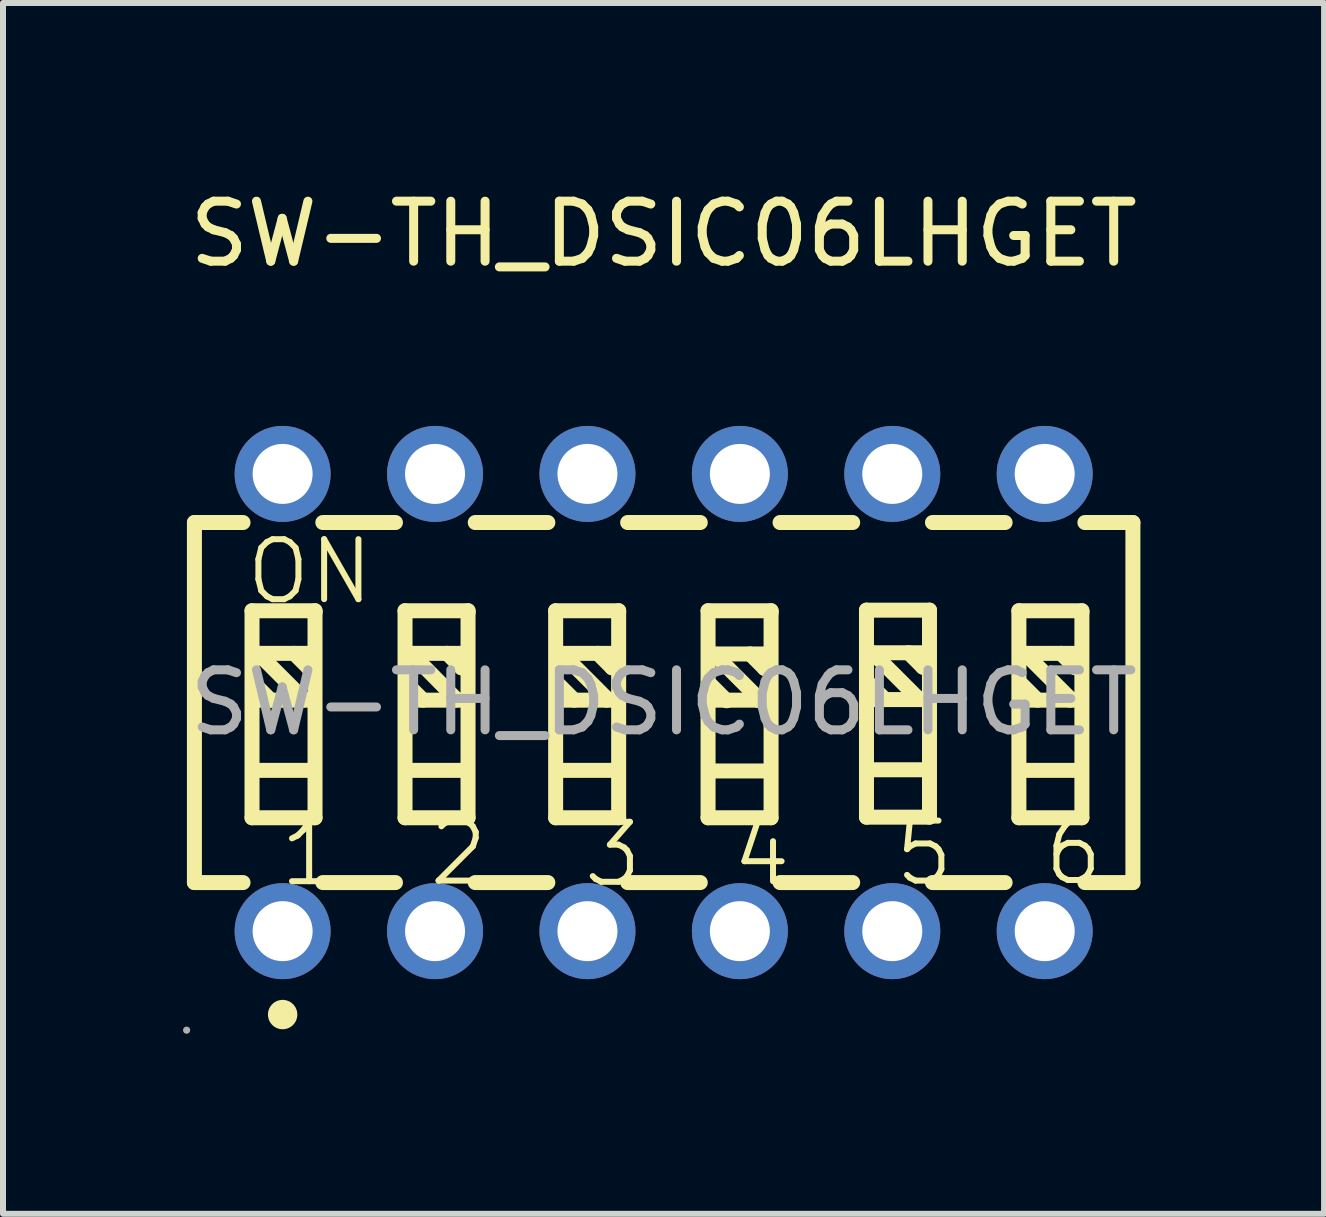
<source format=kicad_pcb>
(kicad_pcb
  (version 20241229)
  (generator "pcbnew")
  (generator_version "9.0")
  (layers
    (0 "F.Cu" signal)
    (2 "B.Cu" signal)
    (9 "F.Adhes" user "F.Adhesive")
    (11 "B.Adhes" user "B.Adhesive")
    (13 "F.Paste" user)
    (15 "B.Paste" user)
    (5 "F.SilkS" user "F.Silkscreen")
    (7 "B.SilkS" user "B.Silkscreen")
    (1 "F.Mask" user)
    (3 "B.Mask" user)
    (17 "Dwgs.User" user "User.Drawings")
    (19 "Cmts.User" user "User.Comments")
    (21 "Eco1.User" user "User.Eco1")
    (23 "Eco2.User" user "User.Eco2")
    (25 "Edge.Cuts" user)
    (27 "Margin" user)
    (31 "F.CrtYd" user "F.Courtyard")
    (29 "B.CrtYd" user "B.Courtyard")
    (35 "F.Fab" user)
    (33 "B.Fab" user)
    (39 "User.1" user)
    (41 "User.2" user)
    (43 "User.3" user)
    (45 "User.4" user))
  (footprint "SW-TH_DSIC06LHGET"
    (layer "F.Cu")
    (at 8.01 8.658)
    (property "Reference" "SW-TH_DSIC06LHGET" (at 0 -7.81 0) (layer "F.SilkS") (effects (font (size 1 1) (thickness 0.15))))
    (attr through_hole)
    (fp_line (start -7.82 -3) (end -7.01 -3) (stroke (width 0.25) (type solid)) (layer "F.SilkS"))
    (fp_line (start -7.82 3) (end -7.82 -3) (stroke (width 0.25) (type solid)) (layer "F.SilkS"))
    (fp_line (start -7.82 3) (end -7.01 3) (stroke (width 0.25) (type solid)) (layer "F.SilkS"))
    (fp_line (start -6.86 -1.53) (end -6.86 1.92) (stroke (width 0.25) (type solid)) (layer "F.SilkS"))
    (fp_line (start -6.86 1.92) (end -5.81 1.92) (stroke (width 0.25) (type solid)) (layer "F.SilkS"))
    (fp_line (start -6.76 -0.82) (end -6.01 -0.07) (stroke (width 0.25) (type solid)) (layer "F.SilkS"))
    (fp_line (start -6.75 -0.04) (end -5.88 -0.04) (stroke (width 0.25) (type solid)) (layer "F.SilkS"))
    (fp_line (start -6.73 -0.82) (end -5.86 -0.82) (stroke (width 0.25) (type solid)) (layer "F.SilkS"))
    (fp_line (start -6.73 1.13) (end -5.86 1.13) (stroke (width 0.25) (type solid)) (layer "F.SilkS"))
    (fp_line (start -6.55 -0.04) (end -6.82 -0.31) (stroke (width 0.25) (type solid)) (layer "F.SilkS"))
    (fp_line (start -6.16 -0.82) (end -5.92 -0.58) (stroke (width 0.25) (type solid)) (layer "F.SilkS"))
    (fp_line (start -6.01 -0.07) (end -6.01 -0.04) (stroke (width 0.25) (type solid)) (layer "F.SilkS"))
    (fp_line (start -5.92 -0.58) (end -5.89 -0.58) (stroke (width 0.25) (type solid)) (layer "F.SilkS"))
    (fp_line (start -5.81 -1.53) (end -6.86 -1.53) (stroke (width 0.25) (type solid)) (layer "F.SilkS"))
    (fp_line (start -5.81 -1.5) (end -5.81 -1.53) (stroke (width 0.25) (type solid)) (layer "F.SilkS"))
    (fp_line (start -5.81 1.92) (end -5.81 -1.5) (stroke (width 0.25) (type solid)) (layer "F.SilkS"))
    (fp_line (start -5.68 -3) (end -4.47 -3) (stroke (width 0.25) (type solid)) (layer "F.SilkS"))
    (fp_line (start -5.68 3) (end -4.47 3) (stroke (width 0.25) (type solid)) (layer "F.SilkS"))
    (fp_line (start -4.31 -1.53) (end -4.31 1.92) (stroke (width 0.25) (type solid)) (layer "F.SilkS"))
    (fp_line (start -4.31 1.92) (end -3.26 1.92) (stroke (width 0.25) (type solid)) (layer "F.SilkS"))
    (fp_line (start -4.21 -0.82) (end -3.47 -0.07) (stroke (width 0.25) (type solid)) (layer "F.SilkS"))
    (fp_line (start -4.21 -0.04) (end -3.34 -0.04) (stroke (width 0.25) (type solid)) (layer "F.SilkS"))
    (fp_line (start -4.18 -0.82) (end -3.32 -0.82) (stroke (width 0.25) (type solid)) (layer "F.SilkS"))
    (fp_line (start -4.18 1.13) (end -3.32 1.13) (stroke (width 0.25) (type solid)) (layer "F.SilkS"))
    (fp_line (start -4.01 -0.04) (end -4.28 -0.31) (stroke (width 0.25) (type solid)) (layer "F.SilkS"))
    (fp_line (start -3.61 -0.82) (end -3.37 -0.58) (stroke (width 0.25) (type solid)) (layer "F.SilkS"))
    (fp_line (start -3.47 -0.07) (end -3.47 -0.04) (stroke (width 0.25) (type solid)) (layer "F.SilkS"))
    (fp_line (start -3.37 -0.58) (end -3.34 -0.58) (stroke (width 0.25) (type solid)) (layer "F.SilkS"))
    (fp_line (start -3.26 -1.53) (end -4.31 -1.53) (stroke (width 0.25) (type solid)) (layer "F.SilkS"))
    (fp_line (start -3.26 -1.5) (end -3.26 -1.53) (stroke (width 0.25) (type solid)) (layer "F.SilkS"))
    (fp_line (start -3.26 1.92) (end -3.26 -1.5) (stroke (width 0.25) (type solid)) (layer "F.SilkS"))
    (fp_line (start -3.14 -3) (end -1.93 -3) (stroke (width 0.25) (type solid)) (layer "F.SilkS"))
    (fp_line (start -3.14 3) (end -1.93 3) (stroke (width 0.25) (type solid)) (layer "F.SilkS"))
    (fp_line (start -1.8 -1.53) (end -1.8 1.92) (stroke (width 0.25) (type solid)) (layer "F.SilkS"))
    (fp_line (start -1.8 1.92) (end -0.75 1.92) (stroke (width 0.25) (type solid)) (layer "F.SilkS"))
    (fp_line (start -1.7 -0.82) (end -0.95 -0.07) (stroke (width 0.25) (type solid)) (layer "F.SilkS"))
    (fp_line (start -1.7 -0.04) (end -0.83 -0.04) (stroke (width 0.25) (type solid)) (layer "F.SilkS"))
    (fp_line (start -1.67 -0.82) (end -0.8 -0.82) (stroke (width 0.25) (type solid)) (layer "F.SilkS"))
    (fp_line (start -1.67 1.13) (end -0.8 1.13) (stroke (width 0.25) (type solid)) (layer "F.SilkS"))
    (fp_line (start -1.49 -0.04) (end -1.76 -0.31) (stroke (width 0.25) (type solid)) (layer "F.SilkS"))
    (fp_line (start -1.1 -0.82) (end -0.86 -0.58) (stroke (width 0.25) (type solid)) (layer "F.SilkS"))
    (fp_line (start -0.95 -0.07) (end -0.95 -0.04) (stroke (width 0.25) (type solid)) (layer "F.SilkS"))
    (fp_line (start -0.86 -0.58) (end -0.83 -0.58) (stroke (width 0.25) (type solid)) (layer "F.SilkS"))
    (fp_line (start -0.75 -1.53) (end -1.8 -1.53) (stroke (width 0.25) (type solid)) (layer "F.SilkS"))
    (fp_line (start -0.75 -1.5) (end -0.75 -1.53) (stroke (width 0.25) (type solid)) (layer "F.SilkS"))
    (fp_line (start -0.75 1.92) (end -0.75 -1.5) (stroke (width 0.25) (type solid)) (layer "F.SilkS"))
    (fp_line (start -0.6 -3) (end 0.61 -3) (stroke (width 0.25) (type solid)) (layer "F.SilkS"))
    (fp_line (start -0.6 3) (end 0.61 3) (stroke (width 0.25) (type solid)) (layer "F.SilkS"))
    (fp_line (start 0.74 -1.53) (end 0.74 1.92) (stroke (width 0.25) (type solid)) (layer "F.SilkS"))
    (fp_line (start 0.74 1.92) (end 1.79 1.92) (stroke (width 0.25) (type solid)) (layer "F.SilkS"))
    (fp_line (start 0.84 -0.81) (end 1.59 -0.06) (stroke (width 0.25) (type solid)) (layer "F.SilkS"))
    (fp_line (start 0.85 -0.04) (end 1.72 -0.04) (stroke (width 0.25) (type solid)) (layer "F.SilkS"))
    (fp_line (start 0.87 -0.81) (end 1.74 -0.81) (stroke (width 0.25) (type solid)) (layer "F.SilkS"))
    (fp_line (start 0.87 1.14) (end 1.74 1.14) (stroke (width 0.25) (type solid)) (layer "F.SilkS"))
    (fp_line (start 1.05 -0.03) (end 0.78 -0.3) (stroke (width 0.25) (type solid)) (layer "F.SilkS"))
    (fp_line (start 1.44 -0.81) (end 1.68 -0.57) (stroke (width 0.25) (type solid)) (layer "F.SilkS"))
    (fp_line (start 1.59 -0.06) (end 1.59 -0.03) (stroke (width 0.25) (type solid)) (layer "F.SilkS"))
    (fp_line (start 1.68 -0.57) (end 1.71 -0.57) (stroke (width 0.25) (type solid)) (layer "F.SilkS"))
    (fp_line (start 1.79 -1.53) (end 0.74 -1.53) (stroke (width 0.25) (type solid)) (layer "F.SilkS"))
    (fp_line (start 1.79 -1.5) (end 1.79 -1.53) (stroke (width 0.25) (type solid)) (layer "F.SilkS"))
    (fp_line (start 1.79 1.92) (end 1.79 -1.5) (stroke (width 0.25) (type solid)) (layer "F.SilkS"))
    (fp_line (start 1.94 -3) (end 3.15 -3) (stroke (width 0.25) (type solid)) (layer "F.SilkS"))
    (fp_line (start 1.94 3) (end 3.15 3) (stroke (width 0.25) (type solid)) (layer "F.SilkS"))
    (fp_line (start 3.38 -1.54) (end 3.38 1.91) (stroke (width 0.25) (type solid)) (layer "F.SilkS"))
    (fp_line (start 3.38 1.91) (end 4.43 1.91) (stroke (width 0.25) (type solid)) (layer "F.SilkS"))
    (fp_line (start 3.48 -0.83) (end 4.23 -0.08) (stroke (width 0.25) (type solid)) (layer "F.SilkS"))
    (fp_line (start 3.49 -0.05) (end 4.36 -0.05) (stroke (width 0.25) (type solid)) (layer "F.SilkS"))
    (fp_line (start 3.51 -0.83) (end 4.38 -0.83) (stroke (width 0.25) (type solid)) (layer "F.SilkS"))
    (fp_line (start 3.51 1.12) (end 4.38 1.12) (stroke (width 0.25) (type solid)) (layer "F.SilkS"))
    (fp_line (start 3.69 -0.05) (end 3.42 -0.32) (stroke (width 0.25) (type solid)) (layer "F.SilkS"))
    (fp_line (start 4.08 -0.83) (end 4.32 -0.59) (stroke (width 0.25) (type solid)) (layer "F.SilkS"))
    (fp_line (start 4.23 -0.08) (end 4.23 -0.05) (stroke (width 0.25) (type solid)) (layer "F.SilkS"))
    (fp_line (start 4.32 -0.59) (end 4.35 -0.59) (stroke (width 0.25) (type solid)) (layer "F.SilkS"))
    (fp_line (start 4.43 -1.54) (end 3.38 -1.54) (stroke (width 0.25) (type solid)) (layer "F.SilkS"))
    (fp_line (start 4.43 -1.51) (end 4.43 -1.54) (stroke (width 0.25) (type solid)) (layer "F.SilkS"))
    (fp_line (start 4.43 1.91) (end 4.43 -1.51) (stroke (width 0.25) (type solid)) (layer "F.SilkS"))
    (fp_line (start 4.48 -3) (end 5.69 -3) (stroke (width 0.25) (type solid)) (layer "F.SilkS"))
    (fp_line (start 4.48 3) (end 5.69 3) (stroke (width 0.25) (type solid)) (layer "F.SilkS"))
    (fp_line (start 5.92 -1.53) (end 5.92 1.92) (stroke (width 0.25) (type solid)) (layer "F.SilkS"))
    (fp_line (start 5.92 1.92) (end 6.97 1.92) (stroke (width 0.25) (type solid)) (layer "F.SilkS"))
    (fp_line (start 6.02 -0.82) (end 6.77 -0.07) (stroke (width 0.25) (type solid)) (layer "F.SilkS"))
    (fp_line (start 6.03 -0.04) (end 6.9 -0.04) (stroke (width 0.25) (type solid)) (layer "F.SilkS"))
    (fp_line (start 6.05 -0.82) (end 6.92 -0.82) (stroke (width 0.25) (type solid)) (layer "F.SilkS"))
    (fp_line (start 6.05 1.13) (end 6.92 1.13) (stroke (width 0.25) (type solid)) (layer "F.SilkS"))
    (fp_line (start 6.23 -0.04) (end 5.96 -0.31) (stroke (width 0.25) (type solid)) (layer "F.SilkS"))
    (fp_line (start 6.62 -0.82) (end 6.86 -0.58) (stroke (width 0.25) (type solid)) (layer "F.SilkS"))
    (fp_line (start 6.77 -0.07) (end 6.77 -0.04) (stroke (width 0.25) (type solid)) (layer "F.SilkS"))
    (fp_line (start 6.86 -0.58) (end 6.89 -0.58) (stroke (width 0.25) (type solid)) (layer "F.SilkS"))
    (fp_line (start 6.97 -1.53) (end 5.92 -1.53) (stroke (width 0.25) (type solid)) (layer "F.SilkS"))
    (fp_line (start 6.97 -1.5) (end 6.97 -1.53) (stroke (width 0.25) (type solid)) (layer "F.SilkS"))
    (fp_line (start 6.97 1.92) (end 6.97 -1.5) (stroke (width 0.25) (type solid)) (layer "F.SilkS"))
    (fp_line (start 7.02 -3) (end 7.82 -3) (stroke (width 0.25) (type solid)) (layer "F.SilkS"))
    (fp_line (start 7.02 3) (end 7.82 3) (stroke (width 0.25) (type solid)) (layer "F.SilkS"))
    (fp_line (start 7.82 3) (end 7.82 -3) (stroke (width 0.25) (type solid)) (layer "F.SilkS"))
    (fp_arc (start -6.34 5.08) (mid -6.354987 5.320313) (end -6.350034 5.079584) (stroke (width 0.25) (type solid)) (layer "F.SilkS"))
    (fp_circle (center -7.95 5.46) (end -7.92 5.46) (stroke (width 0.06) (type solid)) (fill no) (layer "F.Fab"))
    (fp_circle (center -6.35 -3.81) (end -6.15 -3.81) (stroke (width 0.4) (type solid)) (fill no) (layer "F.Fab"))
    (fp_circle (center -6.35 3.81) (end -6.15 3.81) (stroke (width 0.4) (type solid)) (fill no) (layer "F.Fab"))
    (fp_circle (center -3.81 -3.81) (end -3.61 -3.81) (stroke (width 0.4) (type solid)) (fill no) (layer "F.Fab"))
    (fp_circle (center -3.81 3.81) (end -3.61 3.81) (stroke (width 0.4) (type solid)) (fill no) (layer "F.Fab"))
    (fp_circle (center -1.27 -3.81) (end -1.07 -3.81) (stroke (width 0.4) (type solid)) (fill no) (layer "F.Fab"))
    (fp_circle (center -1.27 3.81) (end -1.07 3.81) (stroke (width 0.4) (type solid)) (fill no) (layer "F.Fab"))
    (fp_circle (center 1.27 -3.81) (end 1.47 -3.81) (stroke (width 0.4) (type solid)) (fill no) (layer "F.Fab"))
    (fp_circle (center 1.27 3.81) (end 1.47 3.81) (stroke (width 0.4) (type solid)) (fill no) (layer "F.Fab"))
    (fp_circle (center 3.81 -3.81) (end 4.01 -3.81) (stroke (width 0.4) (type solid)) (fill no) (layer "F.Fab"))
    (fp_circle (center 3.81 3.81) (end 4.01 3.81) (stroke (width 0.4) (type solid)) (fill no) (layer "F.Fab"))
    (fp_circle (center 6.35 -3.81) (end 6.55 -3.81) (stroke (width 0.4) (type solid)) (fill no) (layer "F.Fab"))
    (fp_circle (center 6.35 3.81) (end 6.55 3.81) (stroke (width 0.4) (type solid)) (fill no) (layer "F.Fab"))
    (fp_text user "3" (at -1.39 2.53 0) (layer "F.SilkS") (effects (font (size 1 1) (thickness 0.1)) (justify left)))
    (fp_text user "1" (at -6.45 2.52 0) (layer "F.SilkS") (effects (font (size 1 1) (thickness 0.1)) (justify left)))
    (fp_text user "4" (at 1.09 2.52 0) (layer "F.SilkS") (effects (font (size 1 1) (thickness 0.1)) (justify left)))
    (fp_text user "ON" (at -7.01 -2.18 0) (layer "F.SilkS") (effects (font (size 1 1) (thickness 0.1)) (justify left)))
    (fp_text user "2" (at -3.96 2.51 0) (layer "F.SilkS") (effects (font (size 1 1) (thickness 0.1)) (justify left)))
    (fp_text user "6" (at 6.29 2.5 0) (layer "F.SilkS") (effects (font (size 1 1) (thickness 0.1)) (justify left)))
    (fp_text user "5" (at 3.8 2.51 0) (layer "F.SilkS") (effects (font (size 1 1) (thickness 0.1)) (justify left)))
    (fp_text user "${REFERENCE}" (at 0 0 0) (layer "F.Fab") (effects (font (size 1 1) (thickness 0.15))))
    (pad "1" thru_hole circle (at -6.35 3.81) (size 1.6 1.6) (drill 1) (layers "*.Cu" "*.Paste" "*.Mask"))
    (pad "2" thru_hole circle (at -3.81 3.81) (size 1.6 1.6) (drill 1) (layers "*.Cu" "*.Paste" "*.Mask"))
    (pad "3" thru_hole circle (at -1.27 3.81) (size 1.6 1.6) (drill 1) (layers "*.Cu" "*.Paste" "*.Mask"))
    (pad "4" thru_hole circle (at 1.27 3.81) (size 1.6 1.6) (drill 1) (layers "*.Cu" "*.Paste" "*.Mask"))
    (pad "5" thru_hole circle (at 3.81 3.81) (size 1.6 1.6) (drill 1) (layers "*.Cu" "*.Paste" "*.Mask"))
    (pad "6" thru_hole circle (at 6.35 3.81) (size 1.6 1.6) (drill 1) (layers "*.Cu" "*.Paste" "*.Mask"))
    (pad "7" thru_hole circle (at 6.35 -3.81) (size 1.6 1.6) (drill 1) (layers "*.Cu" "*.Paste" "*.Mask"))
    (pad "8" thru_hole circle (at 3.81 -3.81) (size 1.6 1.6) (drill 1) (layers "*.Cu" "*.Paste" "*.Mask"))
    (pad "9" thru_hole circle (at 1.27 -3.81) (size 1.6 1.6) (drill 1) (layers "*.Cu" "*.Paste" "*.Mask"))
    (pad "10" thru_hole circle (at -1.27 -3.81) (size 1.6 1.6) (drill 1) (layers "*.Cu" "*.Paste" "*.Mask"))
    (pad "11" thru_hole circle (at -3.81 -3.81) (size 1.6 1.6) (drill 1) (layers "*.Cu" "*.Paste" "*.Mask"))
    (pad "12" thru_hole circle (at -6.35 -3.81) (size 1.6 1.6) (drill 1) (layers "*.Cu" "*.Paste" "*.Mask")))
  (gr_rect
    (start -3 -3)
    (end 19.016 17.178)
    (stroke (width 0.1) (type default))
    (fill no)
    (layer "Edge.Cuts")))
</source>
